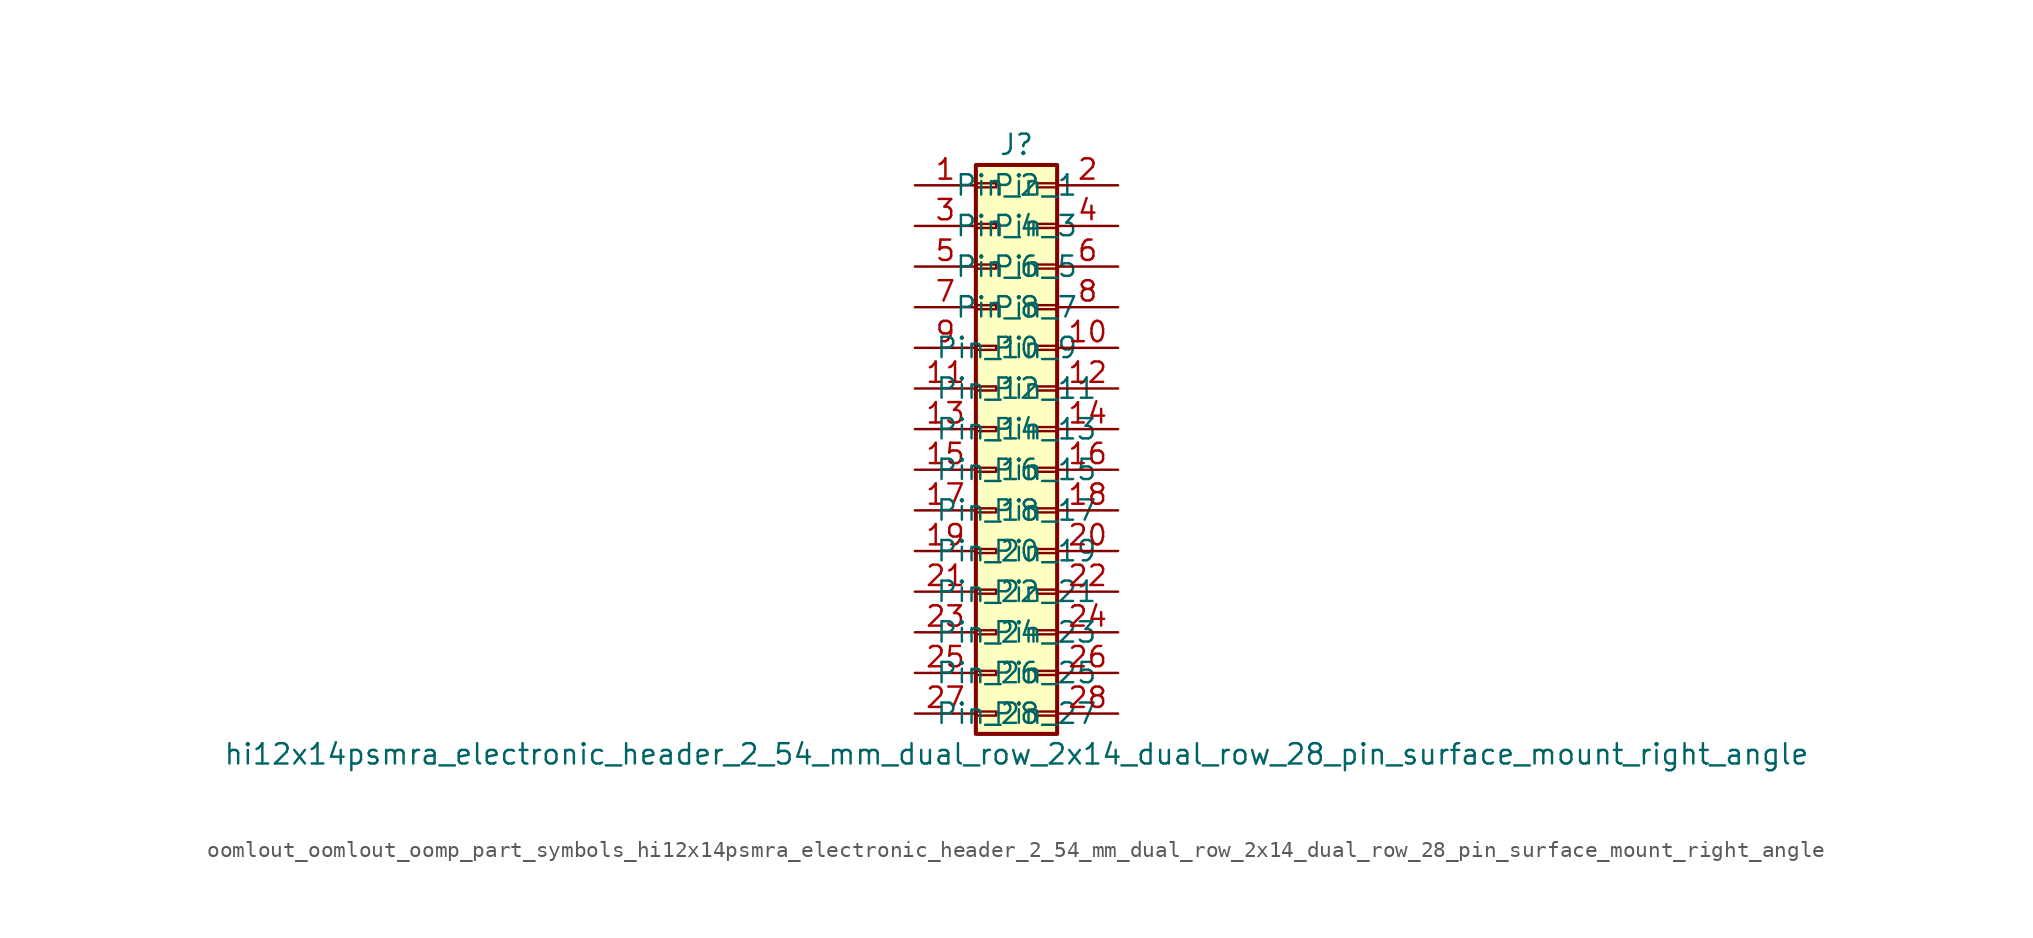
<source format=kicad_sym>
(kicad_symbol_lib
  (version 20220914)
  (generator kicad_symbol_editor)
  (symbol "oomlout_oomlout_oomp_part_symbols_hi12x14psmra_electronic_header_2_54_mm_dual_row_2x14_dual_row_28_pin_surface_mount_right_angle"
    (pin_names
      (offset 1.016))
    (property "Reference" "J"
      (at 1.27 17.78 0)
      (effects (font (size 1.27 1.27))))
    (property "Value" "hi12x14psmra_electronic_header_2_54_mm_dual_row_2x14_dual_row_28_pin_surface_mount_right_angle"
      (at 1.27 -20.32 0)
      (effects (font (size 1.27 1.27))))
    (symbol "oomlout_oomlout_oomp_part_symbols_hi12x14psmra_electronic_header_2_54_mm_dual_row_2x14_dual_row_28_pin_surface_mount_right_angle_1_1"
      (rectangle (start -1.27 -17.653) (end 0 -17.907) (stroke (width 0.152) (type default)) (fill (type none)))
      (rectangle (start -1.27 -15.113) (end 0 -15.367) (stroke (width 0.152) (type default)) (fill (type none)))
      (rectangle (start -1.27 -12.573) (end 0 -12.827) (stroke (width 0.152) (type default)) (fill (type none)))
      (rectangle (start -1.27 -10.033) (end 0 -10.287) (stroke (width 0.152) (type default)) (fill (type none)))
      (rectangle (start -1.27 -7.493) (end 0 -7.747) (stroke (width 0.152) (type default)) (fill (type none)))
      (rectangle (start -1.27 -4.953) (end 0 -5.207) (stroke (width 0.152) (type default)) (fill (type none)))
      (rectangle (start -1.27 -2.413) (end 0 -2.667) (stroke (width 0.152) (type default)) (fill (type none)))
      (rectangle (start -1.27 0.127) (end 0 -0.127) (stroke (width 0.152) (type default)) (fill (type none)))
      (rectangle (start -1.27 2.667) (end 0 2.413) (stroke (width 0.152) (type default)) (fill (type none)))
      (rectangle (start -1.27 5.207) (end 0 4.953) (stroke (width 0.152) (type default)) (fill (type none)))
      (rectangle (start -1.27 7.747) (end 0 7.493) (stroke (width 0.152) (type default)) (fill (type none)))
      (rectangle (start -1.27 10.287) (end 0 10.033) (stroke (width 0.152) (type default)) (fill (type none)))
      (rectangle (start -1.27 12.827) (end 0 12.573) (stroke (width 0.152) (type default)) (fill (type none)))
      (rectangle (start -1.27 15.367) (end 0 15.113) (stroke (width 0.152) (type default)) (fill (type none)))
      (rectangle (start -1.27 16.51) (end 3.81 -19.05) (stroke (width 0.254) (type default)) (fill (type background)))
      (rectangle (start 3.81 -17.653) (end 2.54 -17.907) (stroke (width 0.152) (type default)) (fill (type none)))
      (rectangle (start 3.81 -15.113) (end 2.54 -15.367) (stroke (width 0.152) (type default)) (fill (type none)))
      (rectangle (start 3.81 -12.573) (end 2.54 -12.827) (stroke (width 0.152) (type default)) (fill (type none)))
      (rectangle (start 3.81 -10.033) (end 2.54 -10.287) (stroke (width 0.152) (type default)) (fill (type none)))
      (rectangle (start 3.81 -7.493) (end 2.54 -7.747) (stroke (width 0.152) (type default)) (fill (type none)))
      (rectangle (start 3.81 -4.953) (end 2.54 -5.207) (stroke (width 0.152) (type default)) (fill (type none)))
      (rectangle (start 3.81 -2.413) (end 2.54 -2.667) (stroke (width 0.152) (type default)) (fill (type none)))
      (rectangle (start 3.81 0.127) (end 2.54 -0.127) (stroke (width 0.152) (type default)) (fill (type none)))
      (rectangle (start 3.81 2.667) (end 2.54 2.413) (stroke (width 0.152) (type default)) (fill (type none)))
      (rectangle (start 3.81 5.207) (end 2.54 4.953) (stroke (width 0.152) (type default)) (fill (type none)))
      (rectangle (start 3.81 7.747) (end 2.54 7.493) (stroke (width 0.152) (type default)) (fill (type none)))
      (rectangle (start 3.81 10.287) (end 2.54 10.033) (stroke (width 0.152) (type default)) (fill (type none)))
      (rectangle (start 3.81 12.827) (end 2.54 12.573) (stroke (width 0.152) (type default)) (fill (type none)))
      (rectangle (start 3.81 15.367) (end 2.54 15.113) (stroke (width 0.152) (type default)) (fill (type none)))
      (pin passive line (at -5.08 15.24 0) (length 3.81) (name "Pin_1" (effects (font (size 1.27 1.27)))) (number "1" (effects (font (size 1.27 1.27)))))
      (pin passive line (at 7.62 5.08 180) (length 3.81) (name "Pin_10" (effects (font (size 1.27 1.27)))) (number "10" (effects (font (size 1.27 1.27)))))
      (pin passive line (at -5.08 2.54 0) (length 3.81) (name "Pin_11" (effects (font (size 1.27 1.27)))) (number "11" (effects (font (size 1.27 1.27)))))
      (pin passive line (at 7.62 2.54 180) (length 3.81) (name "Pin_12" (effects (font (size 1.27 1.27)))) (number "12" (effects (font (size 1.27 1.27)))))
      (pin passive line (at -5.08 0 0) (length 3.81) (name "Pin_13" (effects (font (size 1.27 1.27)))) (number "13" (effects (font (size 1.27 1.27)))))
      (pin passive line (at 7.62 0 180) (length 3.81) (name "Pin_14" (effects (font (size 1.27 1.27)))) (number "14" (effects (font (size 1.27 1.27)))))
      (pin passive line (at -5.08 -2.54 0) (length 3.81) (name "Pin_15" (effects (font (size 1.27 1.27)))) (number "15" (effects (font (size 1.27 1.27)))))
      (pin passive line (at 7.62 -2.54 180) (length 3.81) (name "Pin_16" (effects (font (size 1.27 1.27)))) (number "16" (effects (font (size 1.27 1.27)))))
      (pin passive line (at -5.08 -5.08 0) (length 3.81) (name "Pin_17" (effects (font (size 1.27 1.27)))) (number "17" (effects (font (size 1.27 1.27)))))
      (pin passive line (at 7.62 -5.08 180) (length 3.81) (name "Pin_18" (effects (font (size 1.27 1.27)))) (number "18" (effects (font (size 1.27 1.27)))))
      (pin passive line (at -5.08 -7.62 0) (length 3.81) (name "Pin_19" (effects (font (size 1.27 1.27)))) (number "19" (effects (font (size 1.27 1.27)))))
      (pin passive line (at 7.62 15.24 180) (length 3.81) (name "Pin_2" (effects (font (size 1.27 1.27)))) (number "2" (effects (font (size 1.27 1.27)))))
      (pin passive line (at 7.62 -7.62 180) (length 3.81) (name "Pin_20" (effects (font (size 1.27 1.27)))) (number "20" (effects (font (size 1.27 1.27)))))
      (pin passive line (at -5.08 -10.16 0) (length 3.81) (name "Pin_21" (effects (font (size 1.27 1.27)))) (number "21" (effects (font (size 1.27 1.27)))))
      (pin passive line (at 7.62 -10.16 180) (length 3.81) (name "Pin_22" (effects (font (size 1.27 1.27)))) (number "22" (effects (font (size 1.27 1.27)))))
      (pin passive line (at -5.08 -12.7 0) (length 3.81) (name "Pin_23" (effects (font (size 1.27 1.27)))) (number "23" (effects (font (size 1.27 1.27)))))
      (pin passive line (at 7.62 -12.7 180) (length 3.81) (name "Pin_24" (effects (font (size 1.27 1.27)))) (number "24" (effects (font (size 1.27 1.27)))))
      (pin passive line (at -5.08 -15.24 0) (length 3.81) (name "Pin_25" (effects (font (size 1.27 1.27)))) (number "25" (effects (font (size 1.27 1.27)))))
      (pin passive line (at 7.62 -15.24 180) (length 3.81) (name "Pin_26" (effects (font (size 1.27 1.27)))) (number "26" (effects (font (size 1.27 1.27)))))
      (pin passive line (at -5.08 -17.78 0) (length 3.81) (name "Pin_27" (effects (font (size 1.27 1.27)))) (number "27" (effects (font (size 1.27 1.27)))))
      (pin passive line (at 7.62 -17.78 180) (length 3.81) (name "Pin_28" (effects (font (size 1.27 1.27)))) (number "28" (effects (font (size 1.27 1.27)))))
      (pin passive line (at -5.08 12.7 0) (length 3.81) (name "Pin_3" (effects (font (size 1.27 1.27)))) (number "3" (effects (font (size 1.27 1.27)))))
      (pin passive line (at 7.62 12.7 180) (length 3.81) (name "Pin_4" (effects (font (size 1.27 1.27)))) (number "4" (effects (font (size 1.27 1.27)))))
      (pin passive line (at -5.08 10.16 0) (length 3.81) (name "Pin_5" (effects (font (size 1.27 1.27)))) (number "5" (effects (font (size 1.27 1.27)))))
      (pin passive line (at 7.62 10.16 180) (length 3.81) (name "Pin_6" (effects (font (size 1.27 1.27)))) (number "6" (effects (font (size 1.27 1.27)))))
      (pin passive line (at -5.08 7.62 0) (length 3.81) (name "Pin_7" (effects (font (size 1.27 1.27)))) (number "7" (effects (font (size 1.27 1.27)))))
      (pin passive line (at 7.62 7.62 180) (length 3.81) (name "Pin_8" (effects (font (size 1.27 1.27)))) (number "8" (effects (font (size 1.27 1.27)))))
      (pin passive line (at -5.08 5.08 0) (length 3.81) (name "Pin_9" (effects (font (size 1.27 1.27)))) (number "9" (effects (font (size 1.27 1.27))))))))
</source>
